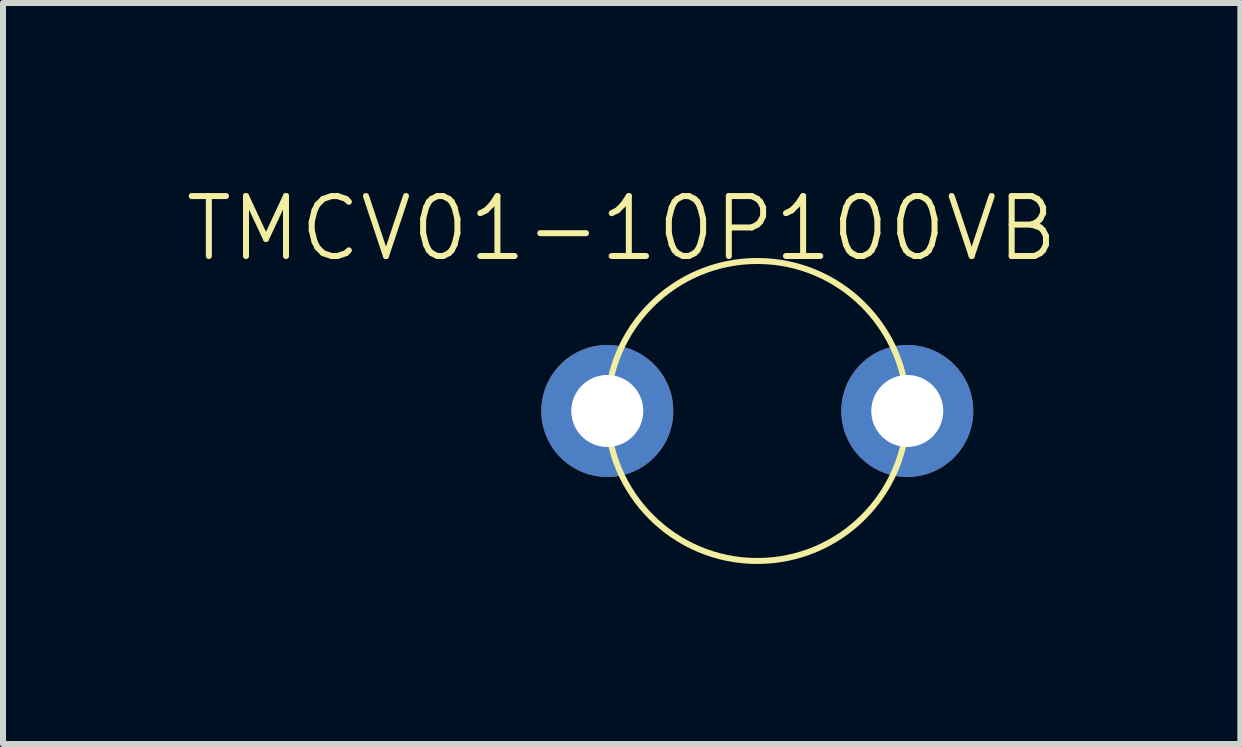
<source format=kicad_pcb>
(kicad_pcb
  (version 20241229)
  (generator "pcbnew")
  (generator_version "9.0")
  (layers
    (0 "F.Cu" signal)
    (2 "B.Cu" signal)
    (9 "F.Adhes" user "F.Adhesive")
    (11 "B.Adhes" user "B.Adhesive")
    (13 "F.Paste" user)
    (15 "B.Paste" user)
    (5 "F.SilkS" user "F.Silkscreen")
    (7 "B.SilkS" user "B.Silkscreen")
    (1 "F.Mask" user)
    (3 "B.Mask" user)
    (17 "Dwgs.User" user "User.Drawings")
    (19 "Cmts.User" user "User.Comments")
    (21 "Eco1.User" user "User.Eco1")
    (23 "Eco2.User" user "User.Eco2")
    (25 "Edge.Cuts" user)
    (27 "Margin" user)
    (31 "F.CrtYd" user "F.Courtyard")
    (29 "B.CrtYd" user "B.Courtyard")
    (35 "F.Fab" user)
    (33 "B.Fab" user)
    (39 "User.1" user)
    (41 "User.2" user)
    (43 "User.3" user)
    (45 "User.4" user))
  (footprint "TMCV01-10P100VB"
    (layer "F.Cu")
    (at 10.072 3.8)
    (property "Reference" "TMCV01-10P100VB" (at -2.76 -3.04 0) (unlocked yes) (layer "F.SilkS") (effects (font (size 1 1) (thickness 0.1))))
    (attr through_hole)
    (fp_circle (center -0.5 0) (end 2 0) (stroke (width 0.1) (type default)) (fill no) (layer "F.SilkS"))
    (pad "1" thru_hole circle (at -3 0) (size 2.2 2.2) (drill 1.2) (layers "*.Cu" "*.Mask"))
    (pad "2" thru_hole circle (at 2 0) (size 2.2 2.2) (drill 1.2) (layers "*.Cu" "*.Mask")))
  (gr_rect
    (start -3 -3)
    (end 17.624 9.351)
    (stroke (width 0.1) (type default))
    (fill no)
    (layer "Edge.Cuts")))
</source>
